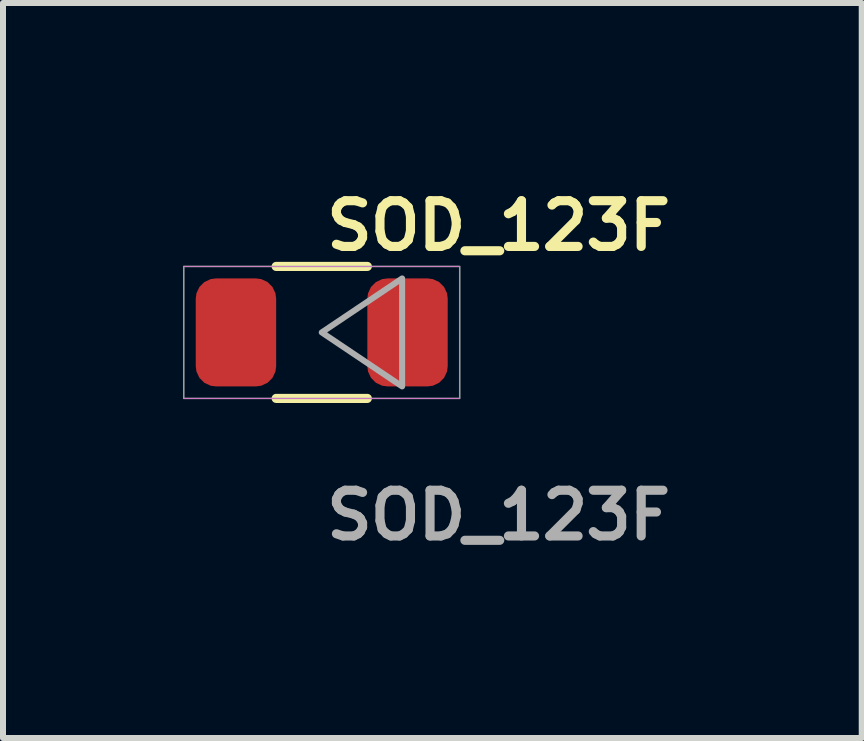
<source format=kicad_pcb>
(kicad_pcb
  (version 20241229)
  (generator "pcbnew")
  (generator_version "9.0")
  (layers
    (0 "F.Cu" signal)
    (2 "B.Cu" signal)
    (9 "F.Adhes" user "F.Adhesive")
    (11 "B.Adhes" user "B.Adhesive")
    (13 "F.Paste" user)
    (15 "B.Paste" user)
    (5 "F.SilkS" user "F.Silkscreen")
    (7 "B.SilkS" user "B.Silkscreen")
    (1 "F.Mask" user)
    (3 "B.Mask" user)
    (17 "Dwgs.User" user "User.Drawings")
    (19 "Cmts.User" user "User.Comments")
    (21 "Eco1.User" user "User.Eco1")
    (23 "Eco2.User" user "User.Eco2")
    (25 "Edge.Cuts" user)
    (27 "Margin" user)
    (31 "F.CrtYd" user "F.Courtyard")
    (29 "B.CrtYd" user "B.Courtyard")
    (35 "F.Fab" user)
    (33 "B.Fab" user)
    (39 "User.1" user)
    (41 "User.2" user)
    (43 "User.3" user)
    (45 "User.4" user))
  (footprint "SOD_123F"
    (layer "F.Cu")
    (at 2.313 2.491)
    (property "Reference" "SOD_123F" (at 0 -1.778 0) (unlocked yes) (layer "F.SilkS") (effects (font (size 0.762 0.762) (thickness 0.152)) (justify left)))
    (fp_line (start 0.76 -1.1) (end -0.76 -1.1) (stroke (width 0.152) (type solid)) (layer "F.SilkS"))
    (fp_line (start 0.76 1.1) (end -0.76 1.1) (stroke (width 0.152) (type solid)) (layer "F.SilkS"))
    (fp_rect (start -2.3 -1.1) (end 2.3 1.1) (stroke (width 0.006) (type solid)) (fill no) (layer "F.CrtYd"))
    (fp_rect (start -2.3 -1.1) (end 2.3 1.1) (stroke (width 0.025) (type default)) (fill no) (layer "F.Fab"))
    (fp_poly (pts (xy 1.34 0) (xy 1.43 0) (xy 1.34 0) (xy 1.34 0.9) (xy 0 0) (xy 0 0.9) (xy 0 0) (xy -1.43 0) (xy 0 0) (xy 0 -0.9) (xy 0 0) (xy 1.34 -0.9)) (stroke (width 0.1) (type solid)) (fill no) (layer "F.Fab"))
    (fp_text user "${REFERENCE}" (at 0 3.048 0) (unlocked yes) (layer "F.Fab") (effects (font (size 0.762 0.762) (thickness 0.152)) (justify left)))
    (pad "1" smd roundrect (at -1.43 0) (size 1.34 1.8) (layers "F.Cu" "F.Mask" "F.Paste") (roundrect_rratio 0.25))
    (pad "2" smd roundrect (at 1.43 0) (size 1.34 1.8) (layers "F.Cu" "F.Mask" "F.Paste") (roundrect_rratio 0.25)))
  (gr_rect
    (start -3 -3)
    (end 11.314 9.252)
    (stroke (width 0.1) (type default))
    (fill no)
    (layer "Edge.Cuts")))
</source>
